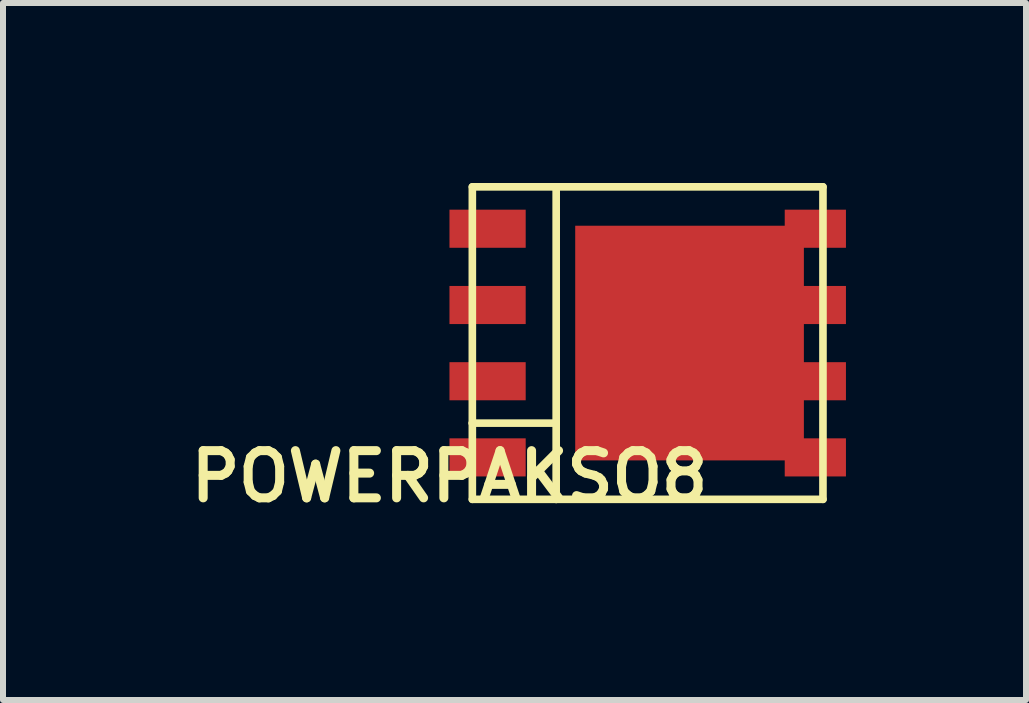
<source format=kicad_pcb>
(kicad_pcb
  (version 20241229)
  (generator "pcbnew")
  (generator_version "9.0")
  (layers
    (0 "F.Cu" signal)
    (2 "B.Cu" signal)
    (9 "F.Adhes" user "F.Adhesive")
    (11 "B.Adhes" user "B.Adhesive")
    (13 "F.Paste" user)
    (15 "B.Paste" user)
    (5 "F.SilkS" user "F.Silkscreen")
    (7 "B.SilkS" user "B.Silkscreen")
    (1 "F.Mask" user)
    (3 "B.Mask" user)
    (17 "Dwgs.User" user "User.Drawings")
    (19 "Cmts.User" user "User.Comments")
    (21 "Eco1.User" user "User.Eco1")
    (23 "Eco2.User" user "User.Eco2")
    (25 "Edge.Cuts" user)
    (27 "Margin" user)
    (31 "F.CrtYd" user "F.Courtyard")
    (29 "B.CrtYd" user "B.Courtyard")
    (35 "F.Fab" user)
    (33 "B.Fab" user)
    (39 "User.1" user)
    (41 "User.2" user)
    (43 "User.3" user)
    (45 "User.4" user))
  (footprint "POWERPAKSO8"
    (layer "F.Cu")
    (at 4.439 4.889)
    (property "Reference" "POWERPAKSO8" (at 0 0 0) (layer "F.SilkS") (effects (font (size 0.787 0.787) (thickness 0.15))))
    (attr smd)
    (fp_line (start 0.381 -4.826) (end 1.778 -4.826) (stroke (width 0.127) (type solid)) (layer "F.SilkS"))
    (fp_line (start 0.381 -0.889) (end 0.381 -4.826) (stroke (width 0.127) (type solid)) (layer "F.SilkS"))
    (fp_line (start 0.381 -0.889) (end 1.778 -0.889) (stroke (width 0.127) (type solid)) (layer "F.SilkS"))
    (fp_line (start 0.381 0.381) (end 0.381 -0.889) (stroke (width 0.127) (type solid)) (layer "F.SilkS"))
    (fp_line (start 0.381 0.381) (end 1.778 0.381) (stroke (width 0.127) (type solid)) (layer "F.SilkS"))
    (fp_line (start 1.778 -4.826) (end 1.778 -0.889) (stroke (width 0.127) (type solid)) (layer "F.SilkS"))
    (fp_line (start 1.778 -4.826) (end 6.223 -4.826) (stroke (width 0.127) (type solid)) (layer "F.SilkS"))
    (fp_line (start 1.778 -0.889) (end 1.778 0.381) (stroke (width 0.127) (type solid)) (layer "F.SilkS"))
    (fp_line (start 1.778 0.381) (end 6.223 0.381) (stroke (width 0.127) (type solid)) (layer "F.SilkS"))
    (fp_line (start 6.223 -4.826) (end 6.223 0.381) (stroke (width 0.127) (type solid)) (layer "F.SilkS"))
    (pad "1" smd rect (at 0.635 -4.128) (size 1.27 0.635) (layers "F.Cu" "F.Mask" "F.Paste"))
    (pad "2" smd rect (at 0.635 -2.857) (size 1.27 0.635) (layers "F.Cu" "F.Mask" "F.Paste"))
    (pad "3" smd rect (at 0.635 -1.587) (size 1.27 0.635) (layers "F.Cu" "F.Mask" "F.Paste"))
    (pad "4" smd rect (at 0.635 -0.318) (size 1.27 0.635) (layers "F.Cu" "F.Mask" "F.Paste"))
    (pad "5" smd rect (at 6.096 -0.318) (size 1.02 0.635) (layers "F.Cu" "F.Mask" "F.Paste"))
    (pad "6" smd rect (at 6.096 -1.587) (size 1.02 0.635) (layers "F.Cu" "F.Mask" "F.Paste"))
    (pad "7" smd rect (at 6.096 -2.857) (size 1.02 0.635) (layers "F.Cu" "F.Mask" "F.Paste"))
    (pad "8" smd rect (at 6.096 -4.128) (size 1.02 0.635) (layers "F.Cu" "F.Mask" "F.Paste"))
    (pad "TAB" smd rect (at 4 -2.223) (size 3.81 3.91) (layers "F.Cu" "F.Mask" "F.Paste")))
  (gr_rect
    (start -3 -3)
    (end 14.045 8.613)
    (stroke (width 0.1) (type default))
    (fill no)
    (layer "Edge.Cuts")))
</source>
